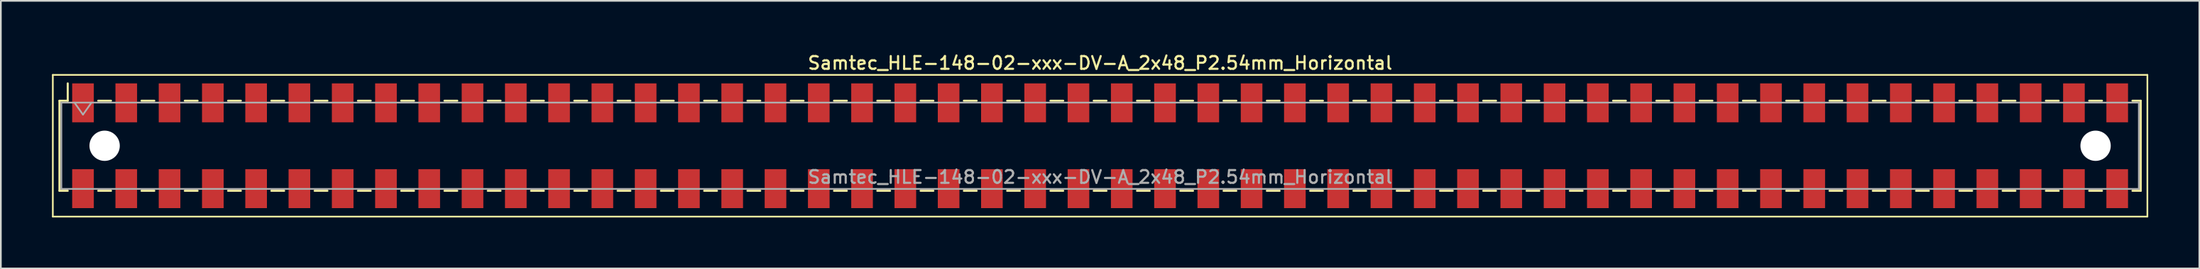
<source format=kicad_pcb>
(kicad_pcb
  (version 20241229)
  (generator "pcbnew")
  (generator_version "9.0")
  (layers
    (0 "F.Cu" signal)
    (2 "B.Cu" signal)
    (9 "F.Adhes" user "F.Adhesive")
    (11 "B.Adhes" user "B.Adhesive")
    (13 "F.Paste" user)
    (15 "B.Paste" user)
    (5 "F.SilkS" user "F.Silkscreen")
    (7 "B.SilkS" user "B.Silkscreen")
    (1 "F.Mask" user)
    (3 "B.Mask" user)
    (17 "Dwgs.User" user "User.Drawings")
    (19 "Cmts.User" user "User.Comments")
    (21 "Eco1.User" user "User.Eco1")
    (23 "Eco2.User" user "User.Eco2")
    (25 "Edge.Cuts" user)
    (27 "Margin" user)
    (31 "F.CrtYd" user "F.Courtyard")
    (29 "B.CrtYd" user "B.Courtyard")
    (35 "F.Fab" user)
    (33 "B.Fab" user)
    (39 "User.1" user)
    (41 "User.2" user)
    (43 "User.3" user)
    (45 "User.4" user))
  (footprint "Samtec_HLE-148-02-xxx-DV-A_2x48_P2.54mm_Horizontal"
    (layer "F.Cu")
    (at 61.51 5.528)
    (property "Reference" "Samtec_HLE-148-02-xxx-DV-A_2x48_P2.54mm_Horizontal" (at 0 -4.87 0) (layer "F.SilkS") (effects (font (size 0.75 0.75) (thickness 0.125))))
    (attr smd)
    (fp_line (start -61.46 -4.17) (end 61.46 -4.17) (stroke (width 0.1) (type solid)) (layer "F.SilkS"))
    (fp_line (start -61.46 4.17) (end -61.46 -4.17) (stroke (width 0.1) (type solid)) (layer "F.SilkS"))
    (fp_line (start -61.07 -2.65) (end -61.07 2.65) (stroke (width 0.12) (type solid)) (layer "F.SilkS"))
    (fp_line (start -61.07 2.65) (end -60.585 2.65) (stroke (width 0.12) (type solid)) (layer "F.SilkS"))
    (fp_line (start -60.585 -3.67) (end -60.585 -2.65) (stroke (width 0.12) (type solid)) (layer "F.SilkS"))
    (fp_line (start -60.585 -2.65) (end -61.07 -2.65) (stroke (width 0.12) (type solid)) (layer "F.SilkS"))
    (fp_line (start -58.795 -2.65) (end -58.045 -2.65) (stroke (width 0.12) (type solid)) (layer "F.SilkS"))
    (fp_line (start -58.795 2.65) (end -58.045 2.65) (stroke (width 0.12) (type solid)) (layer "F.SilkS"))
    (fp_line (start -56.255 -2.65) (end -55.505 -2.65) (stroke (width 0.12) (type solid)) (layer "F.SilkS"))
    (fp_line (start -56.255 2.65) (end -55.505 2.65) (stroke (width 0.12) (type solid)) (layer "F.SilkS"))
    (fp_line (start -53.715 -2.65) (end -52.965 -2.65) (stroke (width 0.12) (type solid)) (layer "F.SilkS"))
    (fp_line (start -53.715 2.65) (end -52.965 2.65) (stroke (width 0.12) (type solid)) (layer "F.SilkS"))
    (fp_line (start -51.175 -2.65) (end -50.425 -2.65) (stroke (width 0.12) (type solid)) (layer "F.SilkS"))
    (fp_line (start -51.175 2.65) (end -50.425 2.65) (stroke (width 0.12) (type solid)) (layer "F.SilkS"))
    (fp_line (start -48.635 -2.65) (end -47.885 -2.65) (stroke (width 0.12) (type solid)) (layer "F.SilkS"))
    (fp_line (start -48.635 2.65) (end -47.885 2.65) (stroke (width 0.12) (type solid)) (layer "F.SilkS"))
    (fp_line (start -46.095 -2.65) (end -45.345 -2.65) (stroke (width 0.12) (type solid)) (layer "F.SilkS"))
    (fp_line (start -46.095 2.65) (end -45.345 2.65) (stroke (width 0.12) (type solid)) (layer "F.SilkS"))
    (fp_line (start -43.555 -2.65) (end -42.805 -2.65) (stroke (width 0.12) (type solid)) (layer "F.SilkS"))
    (fp_line (start -43.555 2.65) (end -42.805 2.65) (stroke (width 0.12) (type solid)) (layer "F.SilkS"))
    (fp_line (start -41.015 -2.65) (end -40.265 -2.65) (stroke (width 0.12) (type solid)) (layer "F.SilkS"))
    (fp_line (start -41.015 2.65) (end -40.265 2.65) (stroke (width 0.12) (type solid)) (layer "F.SilkS"))
    (fp_line (start -38.475 -2.65) (end -37.725 -2.65) (stroke (width 0.12) (type solid)) (layer "F.SilkS"))
    (fp_line (start -38.475 2.65) (end -37.725 2.65) (stroke (width 0.12) (type solid)) (layer "F.SilkS"))
    (fp_line (start -35.935 -2.65) (end -35.185 -2.65) (stroke (width 0.12) (type solid)) (layer "F.SilkS"))
    (fp_line (start -35.935 2.65) (end -35.185 2.65) (stroke (width 0.12) (type solid)) (layer "F.SilkS"))
    (fp_line (start -33.395 -2.65) (end -32.645 -2.65) (stroke (width 0.12) (type solid)) (layer "F.SilkS"))
    (fp_line (start -33.395 2.65) (end -32.645 2.65) (stroke (width 0.12) (type solid)) (layer "F.SilkS"))
    (fp_line (start -30.855 -2.65) (end -30.105 -2.65) (stroke (width 0.12) (type solid)) (layer "F.SilkS"))
    (fp_line (start -30.855 2.65) (end -30.105 2.65) (stroke (width 0.12) (type solid)) (layer "F.SilkS"))
    (fp_line (start -28.315 -2.65) (end -27.565 -2.65) (stroke (width 0.12) (type solid)) (layer "F.SilkS"))
    (fp_line (start -28.315 2.65) (end -27.565 2.65) (stroke (width 0.12) (type solid)) (layer "F.SilkS"))
    (fp_line (start -25.775 -2.65) (end -25.025 -2.65) (stroke (width 0.12) (type solid)) (layer "F.SilkS"))
    (fp_line (start -25.775 2.65) (end -25.025 2.65) (stroke (width 0.12) (type solid)) (layer "F.SilkS"))
    (fp_line (start -23.235 -2.65) (end -22.485 -2.65) (stroke (width 0.12) (type solid)) (layer "F.SilkS"))
    (fp_line (start -23.235 2.65) (end -22.485 2.65) (stroke (width 0.12) (type solid)) (layer "F.SilkS"))
    (fp_line (start -20.695 -2.65) (end -19.945 -2.65) (stroke (width 0.12) (type solid)) (layer "F.SilkS"))
    (fp_line (start -20.695 2.65) (end -19.945 2.65) (stroke (width 0.12) (type solid)) (layer "F.SilkS"))
    (fp_line (start -18.155 -2.65) (end -17.405 -2.65) (stroke (width 0.12) (type solid)) (layer "F.SilkS"))
    (fp_line (start -18.155 2.65) (end -17.405 2.65) (stroke (width 0.12) (type solid)) (layer "F.SilkS"))
    (fp_line (start -15.615 -2.65) (end -14.865 -2.65) (stroke (width 0.12) (type solid)) (layer "F.SilkS"))
    (fp_line (start -15.615 2.65) (end -14.865 2.65) (stroke (width 0.12) (type solid)) (layer "F.SilkS"))
    (fp_line (start -13.075 -2.65) (end -12.325 -2.65) (stroke (width 0.12) (type solid)) (layer "F.SilkS"))
    (fp_line (start -13.075 2.65) (end -12.325 2.65) (stroke (width 0.12) (type solid)) (layer "F.SilkS"))
    (fp_line (start -10.535 -2.65) (end -9.785 -2.65) (stroke (width 0.12) (type solid)) (layer "F.SilkS"))
    (fp_line (start -10.535 2.65) (end -9.785 2.65) (stroke (width 0.12) (type solid)) (layer "F.SilkS"))
    (fp_line (start -7.995 -2.65) (end -7.245 -2.65) (stroke (width 0.12) (type solid)) (layer "F.SilkS"))
    (fp_line (start -7.995 2.65) (end -7.245 2.65) (stroke (width 0.12) (type solid)) (layer "F.SilkS"))
    (fp_line (start -5.455 -2.65) (end -4.705 -2.65) (stroke (width 0.12) (type solid)) (layer "F.SilkS"))
    (fp_line (start -5.455 2.65) (end -4.705 2.65) (stroke (width 0.12) (type solid)) (layer "F.SilkS"))
    (fp_line (start -2.915 -2.65) (end -2.165 -2.65) (stroke (width 0.12) (type solid)) (layer "F.SilkS"))
    (fp_line (start -2.915 2.65) (end -2.165 2.65) (stroke (width 0.12) (type solid)) (layer "F.SilkS"))
    (fp_line (start -0.375 -2.65) (end 0.375 -2.65) (stroke (width 0.12) (type solid)) (layer "F.SilkS"))
    (fp_line (start -0.375 2.65) (end 0.375 2.65) (stroke (width 0.12) (type solid)) (layer "F.SilkS"))
    (fp_line (start 2.165 -2.65) (end 2.915 -2.65) (stroke (width 0.12) (type solid)) (layer "F.SilkS"))
    (fp_line (start 2.165 2.65) (end 2.915 2.65) (stroke (width 0.12) (type solid)) (layer "F.SilkS"))
    (fp_line (start 4.705 -2.65) (end 5.455 -2.65) (stroke (width 0.12) (type solid)) (layer "F.SilkS"))
    (fp_line (start 4.705 2.65) (end 5.455 2.65) (stroke (width 0.12) (type solid)) (layer "F.SilkS"))
    (fp_line (start 7.245 -2.65) (end 7.995 -2.65) (stroke (width 0.12) (type solid)) (layer "F.SilkS"))
    (fp_line (start 7.245 2.65) (end 7.995 2.65) (stroke (width 0.12) (type solid)) (layer "F.SilkS"))
    (fp_line (start 9.785 -2.65) (end 10.535 -2.65) (stroke (width 0.12) (type solid)) (layer "F.SilkS"))
    (fp_line (start 9.785 2.65) (end 10.535 2.65) (stroke (width 0.12) (type solid)) (layer "F.SilkS"))
    (fp_line (start 12.325 -2.65) (end 13.075 -2.65) (stroke (width 0.12) (type solid)) (layer "F.SilkS"))
    (fp_line (start 12.325 2.65) (end 13.075 2.65) (stroke (width 0.12) (type solid)) (layer "F.SilkS"))
    (fp_line (start 14.865 -2.65) (end 15.615 -2.65) (stroke (width 0.12) (type solid)) (layer "F.SilkS"))
    (fp_line (start 14.865 2.65) (end 15.615 2.65) (stroke (width 0.12) (type solid)) (layer "F.SilkS"))
    (fp_line (start 17.405 -2.65) (end 18.155 -2.65) (stroke (width 0.12) (type solid)) (layer "F.SilkS"))
    (fp_line (start 17.405 2.65) (end 18.155 2.65) (stroke (width 0.12) (type solid)) (layer "F.SilkS"))
    (fp_line (start 19.945 -2.65) (end 20.695 -2.65) (stroke (width 0.12) (type solid)) (layer "F.SilkS"))
    (fp_line (start 19.945 2.65) (end 20.695 2.65) (stroke (width 0.12) (type solid)) (layer "F.SilkS"))
    (fp_line (start 22.485 -2.65) (end 23.235 -2.65) (stroke (width 0.12) (type solid)) (layer "F.SilkS"))
    (fp_line (start 22.485 2.65) (end 23.235 2.65) (stroke (width 0.12) (type solid)) (layer "F.SilkS"))
    (fp_line (start 25.025 -2.65) (end 25.775 -2.65) (stroke (width 0.12) (type solid)) (layer "F.SilkS"))
    (fp_line (start 25.025 2.65) (end 25.775 2.65) (stroke (width 0.12) (type solid)) (layer "F.SilkS"))
    (fp_line (start 27.565 -2.65) (end 28.315 -2.65) (stroke (width 0.12) (type solid)) (layer "F.SilkS"))
    (fp_line (start 27.565 2.65) (end 28.315 2.65) (stroke (width 0.12) (type solid)) (layer "F.SilkS"))
    (fp_line (start 30.105 -2.65) (end 30.855 -2.65) (stroke (width 0.12) (type solid)) (layer "F.SilkS"))
    (fp_line (start 30.105 2.65) (end 30.855 2.65) (stroke (width 0.12) (type solid)) (layer "F.SilkS"))
    (fp_line (start 32.645 -2.65) (end 33.395 -2.65) (stroke (width 0.12) (type solid)) (layer "F.SilkS"))
    (fp_line (start 32.645 2.65) (end 33.395 2.65) (stroke (width 0.12) (type solid)) (layer "F.SilkS"))
    (fp_line (start 35.185 -2.65) (end 35.935 -2.65) (stroke (width 0.12) (type solid)) (layer "F.SilkS"))
    (fp_line (start 35.185 2.65) (end 35.935 2.65) (stroke (width 0.12) (type solid)) (layer "F.SilkS"))
    (fp_line (start 37.725 -2.65) (end 38.475 -2.65) (stroke (width 0.12) (type solid)) (layer "F.SilkS"))
    (fp_line (start 37.725 2.65) (end 38.475 2.65) (stroke (width 0.12) (type solid)) (layer "F.SilkS"))
    (fp_line (start 40.265 -2.65) (end 41.015 -2.65) (stroke (width 0.12) (type solid)) (layer "F.SilkS"))
    (fp_line (start 40.265 2.65) (end 41.015 2.65) (stroke (width 0.12) (type solid)) (layer "F.SilkS"))
    (fp_line (start 42.805 -2.65) (end 43.555 -2.65) (stroke (width 0.12) (type solid)) (layer "F.SilkS"))
    (fp_line (start 42.805 2.65) (end 43.555 2.65) (stroke (width 0.12) (type solid)) (layer "F.SilkS"))
    (fp_line (start 45.345 -2.65) (end 46.095 -2.65) (stroke (width 0.12) (type solid)) (layer "F.SilkS"))
    (fp_line (start 45.345 2.65) (end 46.095 2.65) (stroke (width 0.12) (type solid)) (layer "F.SilkS"))
    (fp_line (start 47.885 -2.65) (end 48.635 -2.65) (stroke (width 0.12) (type solid)) (layer "F.SilkS"))
    (fp_line (start 47.885 2.65) (end 48.635 2.65) (stroke (width 0.12) (type solid)) (layer "F.SilkS"))
    (fp_line (start 50.425 -2.65) (end 51.175 -2.65) (stroke (width 0.12) (type solid)) (layer "F.SilkS"))
    (fp_line (start 50.425 2.65) (end 51.175 2.65) (stroke (width 0.12) (type solid)) (layer "F.SilkS"))
    (fp_line (start 52.965 -2.65) (end 53.715 -2.65) (stroke (width 0.12) (type solid)) (layer "F.SilkS"))
    (fp_line (start 52.965 2.65) (end 53.715 2.65) (stroke (width 0.12) (type solid)) (layer "F.SilkS"))
    (fp_line (start 55.505 -2.65) (end 56.255 -2.65) (stroke (width 0.12) (type solid)) (layer "F.SilkS"))
    (fp_line (start 55.505 2.65) (end 56.255 2.65) (stroke (width 0.12) (type solid)) (layer "F.SilkS"))
    (fp_line (start 58.045 -2.65) (end 58.795 -2.65) (stroke (width 0.12) (type solid)) (layer "F.SilkS"))
    (fp_line (start 58.045 2.65) (end 58.795 2.65) (stroke (width 0.12) (type solid)) (layer "F.SilkS"))
    (fp_line (start 60.585 -2.65) (end 61.07 -2.65) (stroke (width 0.12) (type solid)) (layer "F.SilkS"))
    (fp_line (start 61.07 -2.65) (end 61.07 2.65) (stroke (width 0.12) (type solid)) (layer "F.SilkS"))
    (fp_line (start 61.07 2.65) (end 60.585 2.65) (stroke (width 0.12) (type solid)) (layer "F.SilkS"))
    (fp_line (start 61.46 -4.17) (end 61.46 4.17) (stroke (width 0.1) (type solid)) (layer "F.SilkS"))
    (fp_line (start 61.46 4.17) (end -61.46 4.17) (stroke (width 0.1) (type solid)) (layer "F.SilkS"))
    (fp_line (start -60.96 -2.54) (end 60.96 -2.54) (stroke (width 0.1) (type solid)) (layer "F.Fab"))
    (fp_line (start -60.96 2.54) (end -60.96 -2.54) (stroke (width 0.1) (type solid)) (layer "F.Fab"))
    (fp_line (start -60.19 -2.54) (end -59.69 -1.833) (stroke (width 0.1) (type solid)) (layer "F.Fab"))
    (fp_line (start -59.69 -1.833) (end -59.19 -2.54) (stroke (width 0.1) (type solid)) (layer "F.Fab"))
    (fp_line (start 60.96 -2.54) (end 60.96 2.54) (stroke (width 0.1) (type solid)) (layer "F.Fab"))
    (fp_line (start 60.96 2.54) (end -60.96 2.54) (stroke (width 0.1) (type solid)) (layer "F.Fab"))
    (fp_text user "${REFERENCE}" (at 0 1.84 0) (layer "F.Fab") (effects (font (size 0.75 0.75) (thickness 0.125))))
    (pad "" np_thru_hole circle (at -58.42 0) (size 1.78 1.78) (drill 1.78) (layers "*.Cu" "*.Mask"))
    (pad "" np_thru_hole circle (at 58.42 0) (size 1.78 1.78) (drill 1.78) (layers "*.Cu" "*.Mask"))
    (pad "1" smd rect (at -59.69 -2.525) (size 1.27 2.29) (layers "F.Cu" "F.Mask" "F.Paste"))
    (pad "2" smd rect (at -59.69 2.525) (size 1.27 2.29) (layers "F.Cu" "F.Mask" "F.Paste"))
    (pad "3" smd rect (at -57.15 -2.525) (size 1.27 2.29) (layers "F.Cu" "F.Mask" "F.Paste"))
    (pad "4" smd rect (at -57.15 2.525) (size 1.27 2.29) (layers "F.Cu" "F.Mask" "F.Paste"))
    (pad "5" smd rect (at -54.61 -2.525) (size 1.27 2.29) (layers "F.Cu" "F.Mask" "F.Paste"))
    (pad "6" smd rect (at -54.61 2.525) (size 1.27 2.29) (layers "F.Cu" "F.Mask" "F.Paste"))
    (pad "7" smd rect (at -52.07 -2.525) (size 1.27 2.29) (layers "F.Cu" "F.Mask" "F.Paste"))
    (pad "8" smd rect (at -52.07 2.525) (size 1.27 2.29) (layers "F.Cu" "F.Mask" "F.Paste"))
    (pad "9" smd rect (at -49.53 -2.525) (size 1.27 2.29) (layers "F.Cu" "F.Mask" "F.Paste"))
    (pad "10" smd rect (at -49.53 2.525) (size 1.27 2.29) (layers "F.Cu" "F.Mask" "F.Paste"))
    (pad "11" smd rect (at -46.99 -2.525) (size 1.27 2.29) (layers "F.Cu" "F.Mask" "F.Paste"))
    (pad "12" smd rect (at -46.99 2.525) (size 1.27 2.29) (layers "F.Cu" "F.Mask" "F.Paste"))
    (pad "13" smd rect (at -44.45 -2.525) (size 1.27 2.29) (layers "F.Cu" "F.Mask" "F.Paste"))
    (pad "14" smd rect (at -44.45 2.525) (size 1.27 2.29) (layers "F.Cu" "F.Mask" "F.Paste"))
    (pad "15" smd rect (at -41.91 -2.525) (size 1.27 2.29) (layers "F.Cu" "F.Mask" "F.Paste"))
    (pad "16" smd rect (at -41.91 2.525) (size 1.27 2.29) (layers "F.Cu" "F.Mask" "F.Paste"))
    (pad "17" smd rect (at -39.37 -2.525) (size 1.27 2.29) (layers "F.Cu" "F.Mask" "F.Paste"))
    (pad "18" smd rect (at -39.37 2.525) (size 1.27 2.29) (layers "F.Cu" "F.Mask" "F.Paste"))
    (pad "19" smd rect (at -36.83 -2.525) (size 1.27 2.29) (layers "F.Cu" "F.Mask" "F.Paste"))
    (pad "20" smd rect (at -36.83 2.525) (size 1.27 2.29) (layers "F.Cu" "F.Mask" "F.Paste"))
    (pad "21" smd rect (at -34.29 -2.525) (size 1.27 2.29) (layers "F.Cu" "F.Mask" "F.Paste"))
    (pad "22" smd rect (at -34.29 2.525) (size 1.27 2.29) (layers "F.Cu" "F.Mask" "F.Paste"))
    (pad "23" smd rect (at -31.75 -2.525) (size 1.27 2.29) (layers "F.Cu" "F.Mask" "F.Paste"))
    (pad "24" smd rect (at -31.75 2.525) (size 1.27 2.29) (layers "F.Cu" "F.Mask" "F.Paste"))
    (pad "25" smd rect (at -29.21 -2.525) (size 1.27 2.29) (layers "F.Cu" "F.Mask" "F.Paste"))
    (pad "26" smd rect (at -29.21 2.525) (size 1.27 2.29) (layers "F.Cu" "F.Mask" "F.Paste"))
    (pad "27" smd rect (at -26.67 -2.525) (size 1.27 2.29) (layers "F.Cu" "F.Mask" "F.Paste"))
    (pad "28" smd rect (at -26.67 2.525) (size 1.27 2.29) (layers "F.Cu" "F.Mask" "F.Paste"))
    (pad "29" smd rect (at -24.13 -2.525) (size 1.27 2.29) (layers "F.Cu" "F.Mask" "F.Paste"))
    (pad "30" smd rect (at -24.13 2.525) (size 1.27 2.29) (layers "F.Cu" "F.Mask" "F.Paste"))
    (pad "31" smd rect (at -21.59 -2.525) (size 1.27 2.29) (layers "F.Cu" "F.Mask" "F.Paste"))
    (pad "32" smd rect (at -21.59 2.525) (size 1.27 2.29) (layers "F.Cu" "F.Mask" "F.Paste"))
    (pad "33" smd rect (at -19.05 -2.525) (size 1.27 2.29) (layers "F.Cu" "F.Mask" "F.Paste"))
    (pad "34" smd rect (at -19.05 2.525) (size 1.27 2.29) (layers "F.Cu" "F.Mask" "F.Paste"))
    (pad "35" smd rect (at -16.51 -2.525) (size 1.27 2.29) (layers "F.Cu" "F.Mask" "F.Paste"))
    (pad "36" smd rect (at -16.51 2.525) (size 1.27 2.29) (layers "F.Cu" "F.Mask" "F.Paste"))
    (pad "37" smd rect (at -13.97 -2.525) (size 1.27 2.29) (layers "F.Cu" "F.Mask" "F.Paste"))
    (pad "38" smd rect (at -13.97 2.525) (size 1.27 2.29) (layers "F.Cu" "F.Mask" "F.Paste"))
    (pad "39" smd rect (at -11.43 -2.525) (size 1.27 2.29) (layers "F.Cu" "F.Mask" "F.Paste"))
    (pad "40" smd rect (at -11.43 2.525) (size 1.27 2.29) (layers "F.Cu" "F.Mask" "F.Paste"))
    (pad "41" smd rect (at -8.89 -2.525) (size 1.27 2.29) (layers "F.Cu" "F.Mask" "F.Paste"))
    (pad "42" smd rect (at -8.89 2.525) (size 1.27 2.29) (layers "F.Cu" "F.Mask" "F.Paste"))
    (pad "43" smd rect (at -6.35 -2.525) (size 1.27 2.29) (layers "F.Cu" "F.Mask" "F.Paste"))
    (pad "44" smd rect (at -6.35 2.525) (size 1.27 2.29) (layers "F.Cu" "F.Mask" "F.Paste"))
    (pad "45" smd rect (at -3.81 -2.525) (size 1.27 2.29) (layers "F.Cu" "F.Mask" "F.Paste"))
    (pad "46" smd rect (at -3.81 2.525) (size 1.27 2.29) (layers "F.Cu" "F.Mask" "F.Paste"))
    (pad "47" smd rect (at -1.27 -2.525) (size 1.27 2.29) (layers "F.Cu" "F.Mask" "F.Paste"))
    (pad "48" smd rect (at -1.27 2.525) (size 1.27 2.29) (layers "F.Cu" "F.Mask" "F.Paste"))
    (pad "49" smd rect (at 1.27 -2.525) (size 1.27 2.29) (layers "F.Cu" "F.Mask" "F.Paste"))
    (pad "50" smd rect (at 1.27 2.525) (size 1.27 2.29) (layers "F.Cu" "F.Mask" "F.Paste"))
    (pad "51" smd rect (at 3.81 -2.525) (size 1.27 2.29) (layers "F.Cu" "F.Mask" "F.Paste"))
    (pad "52" smd rect (at 3.81 2.525) (size 1.27 2.29) (layers "F.Cu" "F.Mask" "F.Paste"))
    (pad "53" smd rect (at 6.35 -2.525) (size 1.27 2.29) (layers "F.Cu" "F.Mask" "F.Paste"))
    (pad "54" smd rect (at 6.35 2.525) (size 1.27 2.29) (layers "F.Cu" "F.Mask" "F.Paste"))
    (pad "55" smd rect (at 8.89 -2.525) (size 1.27 2.29) (layers "F.Cu" "F.Mask" "F.Paste"))
    (pad "56" smd rect (at 8.89 2.525) (size 1.27 2.29) (layers "F.Cu" "F.Mask" "F.Paste"))
    (pad "57" smd rect (at 11.43 -2.525) (size 1.27 2.29) (layers "F.Cu" "F.Mask" "F.Paste"))
    (pad "58" smd rect (at 11.43 2.525) (size 1.27 2.29) (layers "F.Cu" "F.Mask" "F.Paste"))
    (pad "59" smd rect (at 13.97 -2.525) (size 1.27 2.29) (layers "F.Cu" "F.Mask" "F.Paste"))
    (pad "60" smd rect (at 13.97 2.525) (size 1.27 2.29) (layers "F.Cu" "F.Mask" "F.Paste"))
    (pad "61" smd rect (at 16.51 -2.525) (size 1.27 2.29) (layers "F.Cu" "F.Mask" "F.Paste"))
    (pad "62" smd rect (at 16.51 2.525) (size 1.27 2.29) (layers "F.Cu" "F.Mask" "F.Paste"))
    (pad "63" smd rect (at 19.05 -2.525) (size 1.27 2.29) (layers "F.Cu" "F.Mask" "F.Paste"))
    (pad "64" smd rect (at 19.05 2.525) (size 1.27 2.29) (layers "F.Cu" "F.Mask" "F.Paste"))
    (pad "65" smd rect (at 21.59 -2.525) (size 1.27 2.29) (layers "F.Cu" "F.Mask" "F.Paste"))
    (pad "66" smd rect (at 21.59 2.525) (size 1.27 2.29) (layers "F.Cu" "F.Mask" "F.Paste"))
    (pad "67" smd rect (at 24.13 -2.525) (size 1.27 2.29) (layers "F.Cu" "F.Mask" "F.Paste"))
    (pad "68" smd rect (at 24.13 2.525) (size 1.27 2.29) (layers "F.Cu" "F.Mask" "F.Paste"))
    (pad "69" smd rect (at 26.67 -2.525) (size 1.27 2.29) (layers "F.Cu" "F.Mask" "F.Paste"))
    (pad "70" smd rect (at 26.67 2.525) (size 1.27 2.29) (layers "F.Cu" "F.Mask" "F.Paste"))
    (pad "71" smd rect (at 29.21 -2.525) (size 1.27 2.29) (layers "F.Cu" "F.Mask" "F.Paste"))
    (pad "72" smd rect (at 29.21 2.525) (size 1.27 2.29) (layers "F.Cu" "F.Mask" "F.Paste"))
    (pad "73" smd rect (at 31.75 -2.525) (size 1.27 2.29) (layers "F.Cu" "F.Mask" "F.Paste"))
    (pad "74" smd rect (at 31.75 2.525) (size 1.27 2.29) (layers "F.Cu" "F.Mask" "F.Paste"))
    (pad "75" smd rect (at 34.29 -2.525) (size 1.27 2.29) (layers "F.Cu" "F.Mask" "F.Paste"))
    (pad "76" smd rect (at 34.29 2.525) (size 1.27 2.29) (layers "F.Cu" "F.Mask" "F.Paste"))
    (pad "77" smd rect (at 36.83 -2.525) (size 1.27 2.29) (layers "F.Cu" "F.Mask" "F.Paste"))
    (pad "78" smd rect (at 36.83 2.525) (size 1.27 2.29) (layers "F.Cu" "F.Mask" "F.Paste"))
    (pad "79" smd rect (at 39.37 -2.525) (size 1.27 2.29) (layers "F.Cu" "F.Mask" "F.Paste"))
    (pad "80" smd rect (at 39.37 2.525) (size 1.27 2.29) (layers "F.Cu" "F.Mask" "F.Paste"))
    (pad "81" smd rect (at 41.91 -2.525) (size 1.27 2.29) (layers "F.Cu" "F.Mask" "F.Paste"))
    (pad "82" smd rect (at 41.91 2.525) (size 1.27 2.29) (layers "F.Cu" "F.Mask" "F.Paste"))
    (pad "83" smd rect (at 44.45 -2.525) (size 1.27 2.29) (layers "F.Cu" "F.Mask" "F.Paste"))
    (pad "84" smd rect (at 44.45 2.525) (size 1.27 2.29) (layers "F.Cu" "F.Mask" "F.Paste"))
    (pad "85" smd rect (at 46.99 -2.525) (size 1.27 2.29) (layers "F.Cu" "F.Mask" "F.Paste"))
    (pad "86" smd rect (at 46.99 2.525) (size 1.27 2.29) (layers "F.Cu" "F.Mask" "F.Paste"))
    (pad "87" smd rect (at 49.53 -2.525) (size 1.27 2.29) (layers "F.Cu" "F.Mask" "F.Paste"))
    (pad "88" smd rect (at 49.53 2.525) (size 1.27 2.29) (layers "F.Cu" "F.Mask" "F.Paste"))
    (pad "89" smd rect (at 52.07 -2.525) (size 1.27 2.29) (layers "F.Cu" "F.Mask" "F.Paste"))
    (pad "90" smd rect (at 52.07 2.525) (size 1.27 2.29) (layers "F.Cu" "F.Mask" "F.Paste"))
    (pad "91" smd rect (at 54.61 -2.525) (size 1.27 2.29) (layers "F.Cu" "F.Mask" "F.Paste"))
    (pad "92" smd rect (at 54.61 2.525) (size 1.27 2.29) (layers "F.Cu" "F.Mask" "F.Paste"))
    (pad "93" smd rect (at 57.15 -2.525) (size 1.27 2.29) (layers "F.Cu" "F.Mask" "F.Paste"))
    (pad "94" smd rect (at 57.15 2.525) (size 1.27 2.29) (layers "F.Cu" "F.Mask" "F.Paste"))
    (pad "95" smd rect (at 59.69 -2.525) (size 1.27 2.29) (layers "F.Cu" "F.Mask" "F.Paste"))
    (pad "96" smd rect (at 59.69 2.525) (size 1.27 2.29) (layers "F.Cu" "F.Mask" "F.Paste")))
  (gr_rect
    (start -3 -3)
    (end 126.02 12.748)
    (stroke (width 0.1) (type default))
    (fill no)
    (layer "Edge.Cuts")))
</source>
